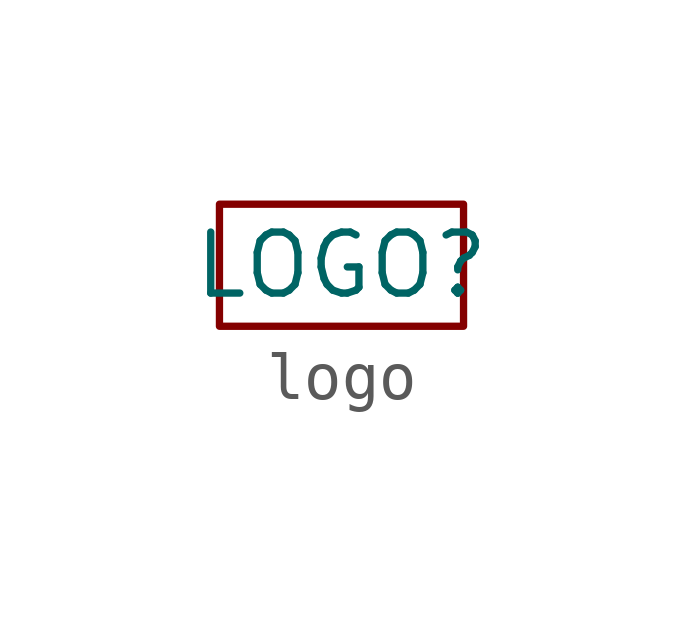
<source format=kicad_sym>
(kicad_symbol_lib
  (version 20231120)
  (generator "kicad_symbol_editor")
  (generator_version "8.0")
  (symbol "logo"
    (property "Reference" "LOGO"
      (at 0 0 0)
      (effects (font (size 1.27 1.27))))
    (property "Value" ""
      (at 0 0 0)
      (effects (font (size 1.27 1.27))))
    (symbol "logo_0_1"
      (rectangle (start -2.54 1.27) (end 2.54 -1.27) (stroke (width 0) (type default)) (fill (type none))))))
</source>
